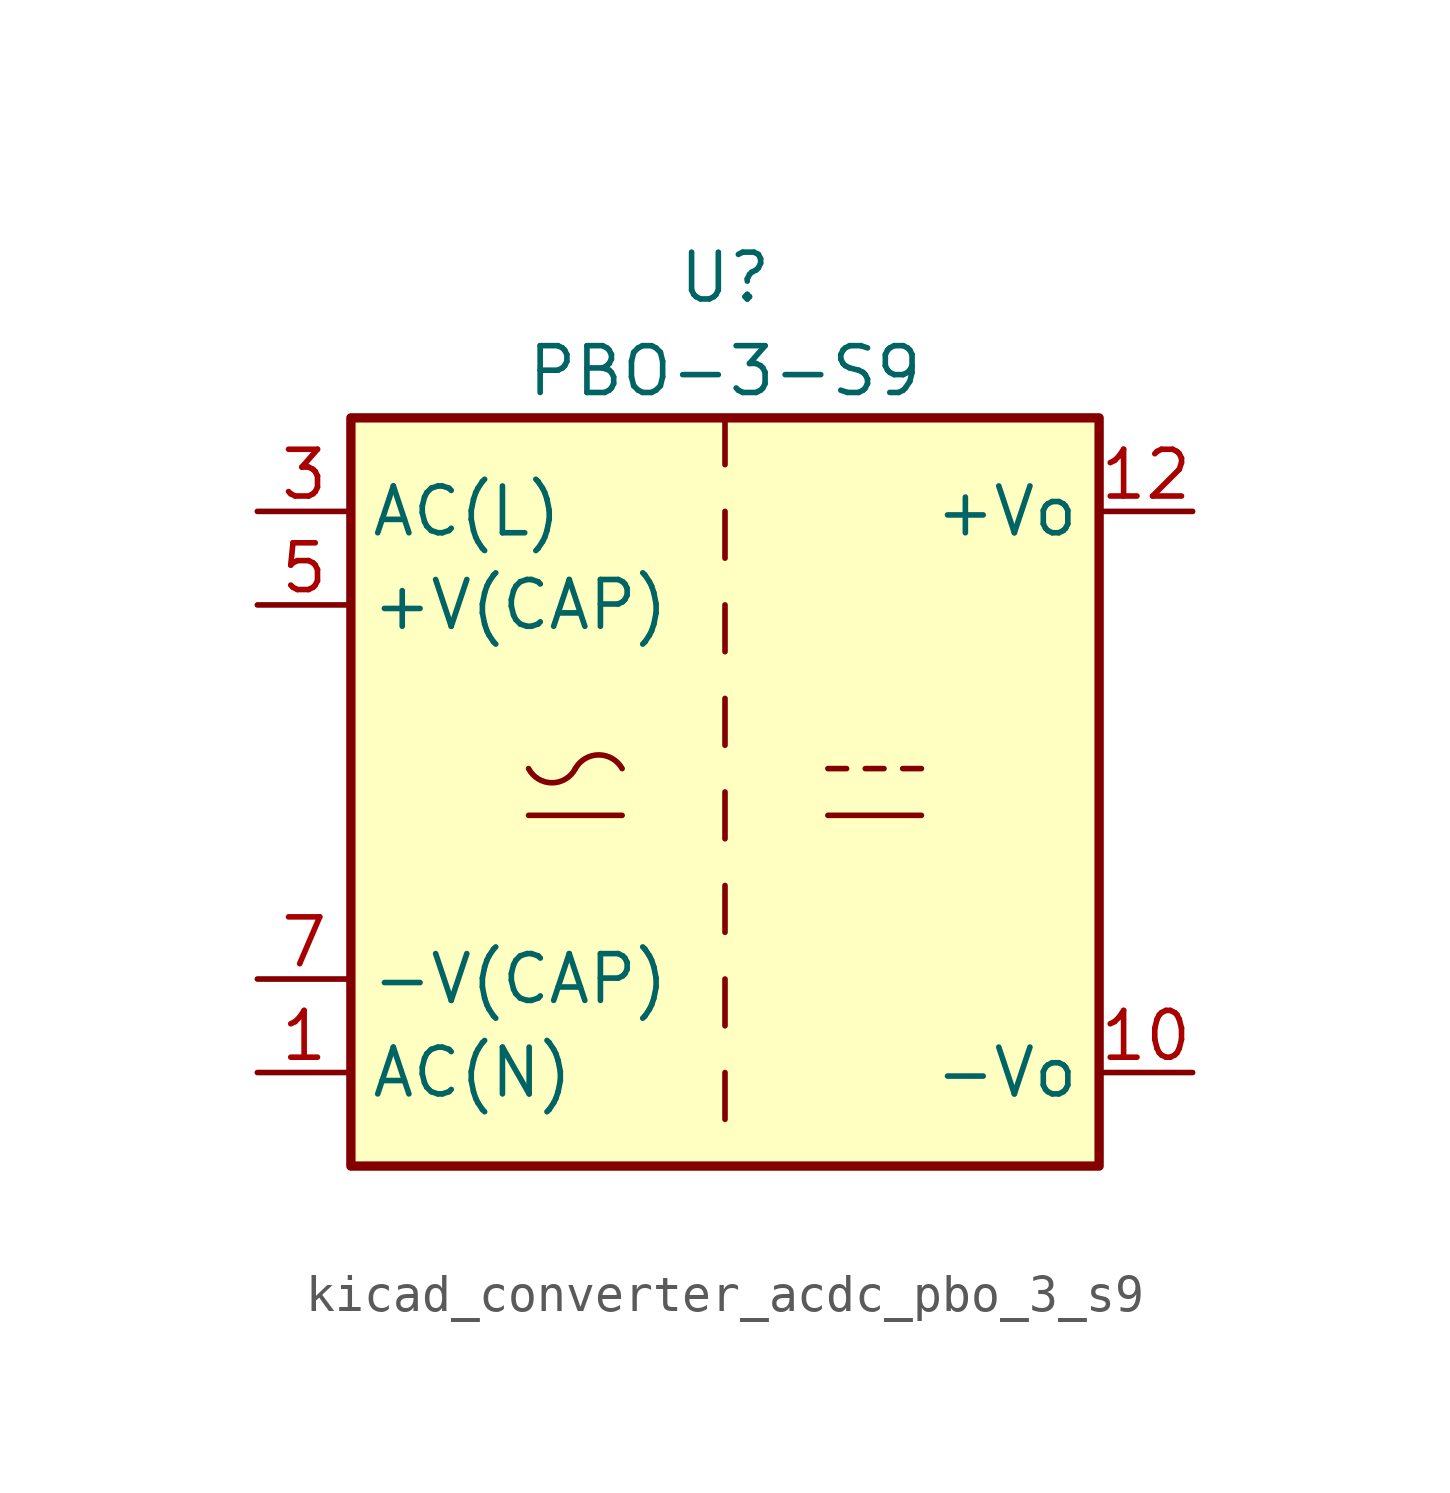
<source format=kicad_sym>
(kicad_symbol_lib
  (version 20220914)
  (generator kicad_symbol_editor)
  (symbol "kicad_converter_acdc_pbo_3_s9"
    (property "Reference" "U"
      (at 0 13.97 0)
      (effects (font (size 1.27 1.27))))
    (property "Value" "PBO-3-S9"
      (at 0 11.43 0)
      (effects (font (size 1.27 1.27))))
    (symbol "kicad_converter_acdc_pbo_3_s9_1_1"
      (rectangle (start -10.16 10.16) (end 10.16 -10.16) (stroke (width 0.254) (type default)) (fill (type background)))
      (arc (start -5.334 0.635) (mid -4.699 0.2495) (end -4.064 0.635) (stroke (width 0) (type default)) (fill (type none)))
      (arc (start -2.794 0.635) (mid -3.429 1.0072) (end -4.064 0.635) (stroke (width 0) (type default)) (fill (type none)))
      (polyline (pts (xy -5.334 -0.635) (xy -2.794 -0.635)) (stroke (width 0) (type default)) (fill (type none)))
      (polyline (pts (xy 0 -7.62) (xy 0 -8.89)) (stroke (width 0) (type default)) (fill (type none)))
      (polyline (pts (xy 0 -5.08) (xy 0 -6.35)) (stroke (width 0) (type default)) (fill (type none)))
      (polyline (pts (xy 0 -2.54) (xy 0 -3.81)) (stroke (width 0) (type default)) (fill (type none)))
      (polyline (pts (xy 0 0) (xy 0 -1.27)) (stroke (width 0) (type default)) (fill (type none)))
      (polyline (pts (xy 0 2.54) (xy 0 1.27)) (stroke (width 0) (type default)) (fill (type none)))
      (polyline (pts (xy 0 5.08) (xy 0 3.81)) (stroke (width 0) (type default)) (fill (type none)))
      (polyline (pts (xy 0 7.62) (xy 0 6.35)) (stroke (width 0) (type default)) (fill (type none)))
      (polyline (pts (xy 0 10.16) (xy 0 8.89)) (stroke (width 0) (type default)) (fill (type none)))
      (polyline (pts (xy 2.794 -0.635) (xy 5.334 -0.635)) (stroke (width 0) (type default)) (fill (type none)))
      (polyline (pts (xy 2.794 0.635) (xy 3.302 0.635)) (stroke (width 0) (type default)) (fill (type none)))
      (polyline (pts (xy 3.81 0.635) (xy 4.318 0.635)) (stroke (width 0) (type default)) (fill (type none)))
      (polyline (pts (xy 4.826 0.635) (xy 5.334 0.635)) (stroke (width 0) (type default)) (fill (type none)))
      (pin power_in line (at -12.7 -7.62 0) (length 2.54) (name "AC(N)" (effects (font (size 1.27 1.27)))) (number "1" (effects (font (size 1.27 1.27)))))
      (pin power_out line (at 12.7 -7.62 180) (length 2.54) (name "-Vo" (effects (font (size 1.27 1.27)))) (number "10" (effects (font (size 1.27 1.27)))))
      (pin power_out line (at 12.7 7.62 180) (length 2.54) (name "+Vo" (effects (font (size 1.27 1.27)))) (number "12" (effects (font (size 1.27 1.27)))))
      (pin power_in line (at -12.7 7.62 0) (length 2.54) (name "AC(L)" (effects (font (size 1.27 1.27)))) (number "3" (effects (font (size 1.27 1.27)))))
      (pin passive line (at -12.7 5.08 0) (length 2.54) (name "+V(CAP)" (effects (font (size 1.27 1.27)))) (number "5" (effects (font (size 1.27 1.27)))))
      (pin passive line (at -12.7 -5.08 0) (length 2.54) (name "-V(CAP)" (effects (font (size 1.27 1.27)))) (number "7" (effects (font (size 1.27 1.27))))))))
</source>
